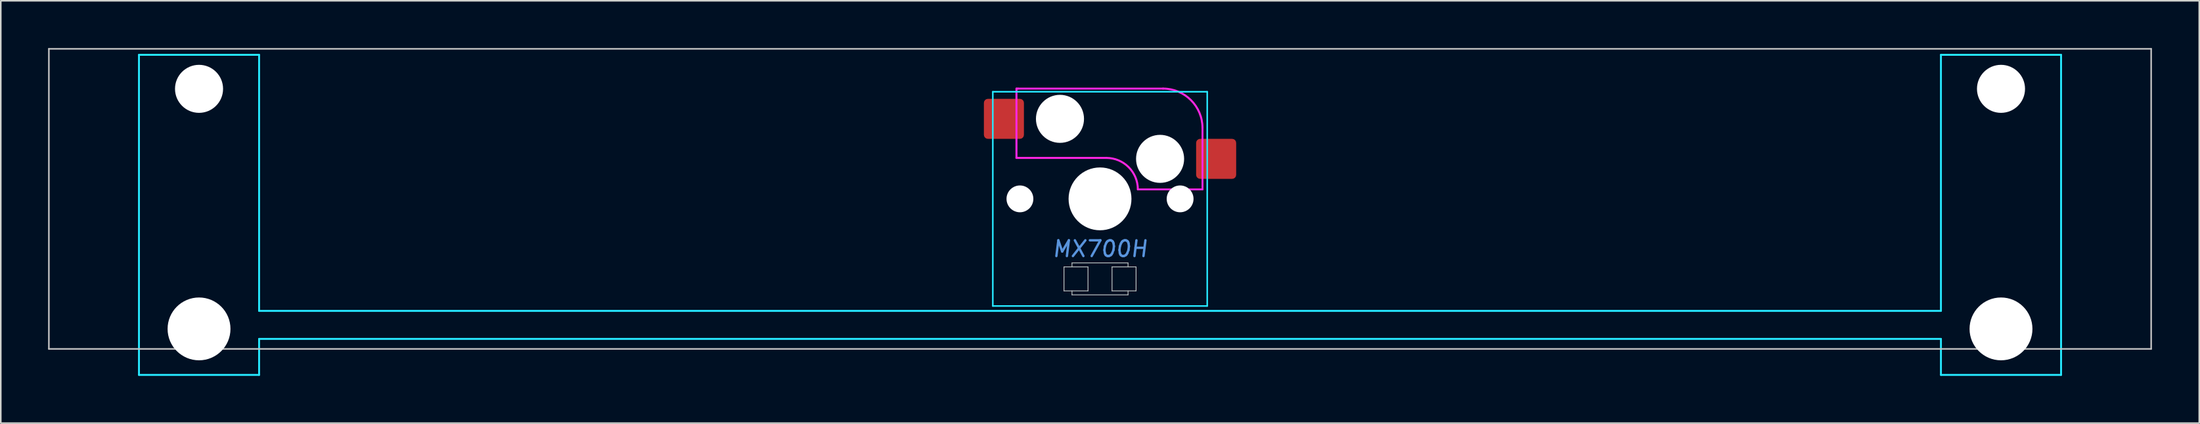
<source format=kicad_pcb>
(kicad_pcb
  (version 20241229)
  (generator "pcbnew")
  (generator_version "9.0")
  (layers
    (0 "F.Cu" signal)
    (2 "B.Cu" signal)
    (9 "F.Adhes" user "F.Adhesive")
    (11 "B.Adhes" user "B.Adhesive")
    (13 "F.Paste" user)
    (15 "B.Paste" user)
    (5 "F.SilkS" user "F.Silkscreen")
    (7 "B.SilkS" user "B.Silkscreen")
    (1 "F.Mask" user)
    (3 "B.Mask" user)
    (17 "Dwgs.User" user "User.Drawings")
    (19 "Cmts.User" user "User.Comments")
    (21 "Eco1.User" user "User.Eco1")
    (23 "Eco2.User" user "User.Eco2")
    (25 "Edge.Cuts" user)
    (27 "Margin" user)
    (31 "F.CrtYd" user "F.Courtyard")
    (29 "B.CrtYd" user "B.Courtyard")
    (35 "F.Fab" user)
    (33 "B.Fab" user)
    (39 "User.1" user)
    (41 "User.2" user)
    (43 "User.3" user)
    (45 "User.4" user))
  (footprint "MX700H"
    (layer "F.Cu")
    (at 66.725 9.575)
    (property "Reference" "MX700H" (at 0 3.175 0) (layer "Cmts.User") (effects (font (size 1 1) (thickness 0.15) (italic yes))))
    (attr smd)
    (fp_line (start -66.675 -9.525) (end -66.675 9.525) (stroke (width 0.1) (type solid)) (layer "Dwgs.User"))
    (fp_line (start -66.675 -9.525) (end 66.675 -9.525) (stroke (width 0.1) (type solid)) (layer "Dwgs.User"))
    (fp_line (start -66.675 9.525) (end 66.675 9.525) (stroke (width 0.1) (type solid)) (layer "Dwgs.User"))
    (fp_line (start -2.286 4.318) (end -0.762 4.318) (stroke (width 0.051) (type solid)) (layer "Dwgs.User"))
    (fp_line (start -2.286 5.842) (end -2.286 4.318) (stroke (width 0.051) (type solid)) (layer "Dwgs.User"))
    (fp_line (start -1.778 4.064) (end 1.778 4.064) (stroke (width 0.051) (type solid)) (layer "Dwgs.User"))
    (fp_line (start -1.778 4.318) (end -1.778 4.064) (stroke (width 0.051) (type solid)) (layer "Dwgs.User"))
    (fp_line (start -1.778 6.096) (end -1.778 5.842) (stroke (width 0.051) (type solid)) (layer "Dwgs.User"))
    (fp_line (start -0.762 4.318) (end -0.762 5.842) (stroke (width 0.051) (type solid)) (layer "Dwgs.User"))
    (fp_line (start -0.762 5.842) (end -2.286 5.842) (stroke (width 0.051) (type solid)) (layer "Dwgs.User"))
    (fp_line (start 0.762 4.318) (end 2.286 4.318) (stroke (width 0.051) (type solid)) (layer "Dwgs.User"))
    (fp_line (start 0.762 5.842) (end 0.762 4.318) (stroke (width 0.051) (type solid)) (layer "Dwgs.User"))
    (fp_line (start 1.778 4.064) (end 1.778 4.318) (stroke (width 0.051) (type solid)) (layer "Dwgs.User"))
    (fp_line (start 1.778 5.842) (end 1.778 6.096) (stroke (width 0.051) (type solid)) (layer "Dwgs.User"))
    (fp_line (start 1.778 6.096) (end -1.778 6.096) (stroke (width 0.051) (type solid)) (layer "Dwgs.User"))
    (fp_line (start 2.286 4.318) (end 2.286 5.842) (stroke (width 0.051) (type solid)) (layer "Dwgs.User"))
    (fp_line (start 2.286 5.842) (end 0.762 5.842) (stroke (width 0.051) (type solid)) (layer "Dwgs.User"))
    (fp_line (start 66.675 -9.525) (end 66.675 9.525) (stroke (width 0.1) (type solid)) (layer "Dwgs.User"))
    (fp_line (start -60.65 -5.485) (end -60.65 8.515) (stroke (width 0.1) (type solid)) (layer "Eco1.User"))
    (fp_line (start -60.15 -5.985) (end -54.15 -5.985) (stroke (width 0.1) (type solid)) (layer "Eco1.User"))
    (fp_line (start -54.15 9.015) (end -60.15 9.015) (stroke (width 0.1) (type solid)) (layer "Eco1.User"))
    (fp_line (start -53.65 8.515) (end -53.65 -5.485) (stroke (width 0.1) (type solid)) (layer "Eco1.User"))
    (fp_line (start -7 -6.5) (end -7 6.5) (stroke (width 0.1) (type solid)) (layer "Eco1.User"))
    (fp_line (start -6.5 7) (end 6.5 7) (stroke (width 0.1) (type solid)) (layer "Eco1.User"))
    (fp_line (start 6.5 -7) (end -6.5 -7) (stroke (width 0.1) (type solid)) (layer "Eco1.User"))
    (fp_line (start 7 6.5) (end 7 -6.5) (stroke (width 0.1) (type solid)) (layer "Eco1.User"))
    (fp_line (start 53.65 -5.485) (end 53.65 8.515) (stroke (width 0.1) (type solid)) (layer "Eco1.User"))
    (fp_line (start 54.15 -5.985) (end 60.15 -5.985) (stroke (width 0.1) (type solid)) (layer "Eco1.User"))
    (fp_line (start 60.15 9.015) (end 54.15 9.015) (stroke (width 0.1) (type solid)) (layer "Eco1.User"))
    (fp_line (start 60.65 8.515) (end 60.65 -5.485) (stroke (width 0.1) (type solid)) (layer "Eco1.User"))
    (fp_arc (start -60.65 -5.485) (mid -60.503553 -5.838553) (end -60.15 -5.985) (stroke (width 0.1) (type solid)) (layer "Eco1.User"))
    (fp_arc (start -60.15 9.015) (mid -60.503553 8.868553) (end -60.65 8.515) (stroke (width 0.1) (type solid)) (layer "Eco1.User"))
    (fp_arc (start -54.15 -5.985) (mid -53.796447 -5.838553) (end -53.65 -5.485) (stroke (width 0.1) (type solid)) (layer "Eco1.User"))
    (fp_arc (start -53.65 8.515) (mid -53.796447 8.868553) (end -54.15 9.015) (stroke (width 0.1) (type solid)) (layer "Eco1.User"))
    (fp_arc (start -7 -6.5) (mid -6.853553 -6.853553) (end -6.5 -7) (stroke (width 0.1) (type solid)) (layer "Eco1.User"))
    (fp_arc (start -6.5 7) (mid -6.853553 6.853553) (end -7 6.5) (stroke (width 0.1) (type solid)) (layer "Eco1.User"))
    (fp_arc (start 6.5 -7) (mid 6.853553 -6.853553) (end 7 -6.5) (stroke (width 0.1) (type solid)) (layer "Eco1.User"))
    (fp_arc (start 7 6.5) (mid 6.853553 6.853553) (end 6.5 7) (stroke (width 0.1) (type solid)) (layer "Eco1.User"))
    (fp_arc (start 53.65 -5.485) (mid 53.796447 -5.838553) (end 54.15 -5.985) (stroke (width 0.1) (type solid)) (layer "Eco1.User"))
    (fp_arc (start 54.15 9.015) (mid 53.796447 8.868553) (end 53.65 8.515) (stroke (width 0.1) (type solid)) (layer "Eco1.User"))
    (fp_arc (start 60.15 -5.985) (mid 60.503553 -5.838553) (end 60.65 -5.485) (stroke (width 0.1) (type solid)) (layer "Eco1.User"))
    (fp_arc (start 60.65 8.515) (mid 60.503553 8.868553) (end 60.15 9.015) (stroke (width 0.1) (type solid)) (layer "Eco1.User"))
    (fp_line (start -60.96 -9.144) (end -53.34 -9.144) (stroke (width 0.12) (type solid)) (layer "B.CrtYd"))
    (fp_line (start -60.96 11.176) (end -60.96 -9.144) (stroke (width 0.12) (type solid)) (layer "B.CrtYd"))
    (fp_line (start -60.96 11.176) (end -53.34 11.176) (stroke (width 0.12) (type solid)) (layer "B.CrtYd"))
    (fp_line (start -53.34 7.112) (end -53.34 -9.144) (stroke (width 0.12) (type solid)) (layer "B.CrtYd"))
    (fp_line (start -53.34 7.112) (end 53.34 7.112) (stroke (width 0.12) (type solid)) (layer "B.CrtYd"))
    (fp_line (start -53.34 8.89) (end 53.34 8.89) (stroke (width 0.12) (type solid)) (layer "B.CrtYd"))
    (fp_line (start -53.34 11.176) (end -53.34 8.89) (stroke (width 0.12) (type solid)) (layer "B.CrtYd"))
    (fp_line (start -6.8 -6.8) (end -6.8 6.8) (stroke (width 0.1) (type solid)) (layer "B.CrtYd"))
    (fp_line (start 6.8 -6.8) (end -6.8 -6.8) (stroke (width 0.1) (type solid)) (layer "B.CrtYd"))
    (fp_line (start 6.8 -6.8) (end 6.8 6.8) (stroke (width 0.1) (type solid)) (layer "B.CrtYd"))
    (fp_line (start 6.8 6.8) (end -6.8 6.8) (stroke (width 0.1) (type solid)) (layer "B.CrtYd"))
    (fp_line (start 53.34 7.112) (end 53.34 -9.144) (stroke (width 0.12) (type solid)) (layer "B.CrtYd"))
    (fp_line (start 53.34 11.176) (end 53.34 8.89) (stroke (width 0.12) (type solid)) (layer "B.CrtYd"))
    (fp_line (start 60.96 -9.144) (end 53.34 -9.144) (stroke (width 0.12) (type solid)) (layer "B.CrtYd"))
    (fp_line (start 60.96 11.176) (end 53.34 11.176) (stroke (width 0.12) (type solid)) (layer "B.CrtYd"))
    (fp_line (start 60.96 11.176) (end 60.96 -9.144) (stroke (width 0.12) (type solid)) (layer "B.CrtYd"))
    (fp_line (start -5.3 -7) (end -5.3 -2.6) (stroke (width 0.127) (type solid)) (layer "F.CrtYd"))
    (fp_line (start -5.2 -7) (end -5.3 -7) (stroke (width 0.12) (type solid)) (layer "F.CrtYd"))
    (fp_line (start 0.4 -2.6) (end -5.3 -2.6) (stroke (width 0.127) (type solid)) (layer "F.CrtYd"))
    (fp_line (start 4 -7) (end -5.2 -7) (stroke (width 0.12) (type solid)) (layer "F.CrtYd"))
    (fp_line (start 6.5 -4.5) (end 6.5 -0.6) (stroke (width 0.12) (type solid)) (layer "F.CrtYd"))
    (fp_line (start 6.5 -0.6) (end 2.4 -0.6) (stroke (width 0.12) (type solid)) (layer "F.CrtYd"))
    (fp_arc (start 0.4 -2.6) (mid 1.814214 -2.014214) (end 2.4 -0.6) (stroke (width 0.127) (type solid)) (layer "F.CrtYd"))
    (fp_arc (start 4 -7) (mid 5.767767 -6.267767) (end 6.5 -4.5) (stroke (width 0.127) (type solid)) (layer "F.CrtYd"))
    (pad "" np_thru_hole circle (at -57.15 -6.985) (size 3.048 3.048) (drill 3.048) (layers "*.Cu" "*.Mask"))
    (pad "" np_thru_hole circle (at -57.15 8.255) (size 3.988 3.988) (drill 3.988) (layers "*.Cu" "*.Mask"))
    (pad "" np_thru_hole circle (at -5.08 0) (size 1.702 1.702) (drill 1.702) (layers "*.Cu" "*.Mask"))
    (pad "" np_thru_hole circle (at -2.54 -5.08) (size 3.048 3.048) (drill 3.048) (layers "*.Cu" "*.Mask"))
    (pad "" np_thru_hole circle (at 0 0) (size 3.988 3.988) (drill 3.988) (layers "*.Cu" "*.Mask"))
    (pad "" np_thru_hole circle (at 3.81 -2.54) (size 3.048 3.048) (drill 3.048) (layers "*.Cu" "*.Mask"))
    (pad "" np_thru_hole circle (at 5.08 0) (size 1.702 1.702) (drill 1.702) (layers "*.Cu" "*.Mask"))
    (pad "" np_thru_hole circle (at 57.15 -6.985) (size 3.048 3.048) (drill 3.048) (layers "*.Cu" "*.Mask"))
    (pad "" np_thru_hole circle (at 57.15 8.255) (size 3.988 3.988) (drill 3.988) (layers "*.Cu" "*.Mask"))
    (pad "1" smd roundrect (at -6.096 -5.08) (size 2.54 2.54) (layers "F.Cu" "F.Mask") (roundrect_rratio 0.1))
    (pad "2" smd roundrect (at 7.366 -2.54) (size 2.54 2.54) (layers "F.Cu" "F.Mask") (roundrect_rratio 0.1)))
  (gr_rect
    (start -3 -3)
    (end 136.45 23.811)
    (stroke (width 0.1) (type default))
    (fill no)
    (layer "Edge.Cuts")))
</source>
